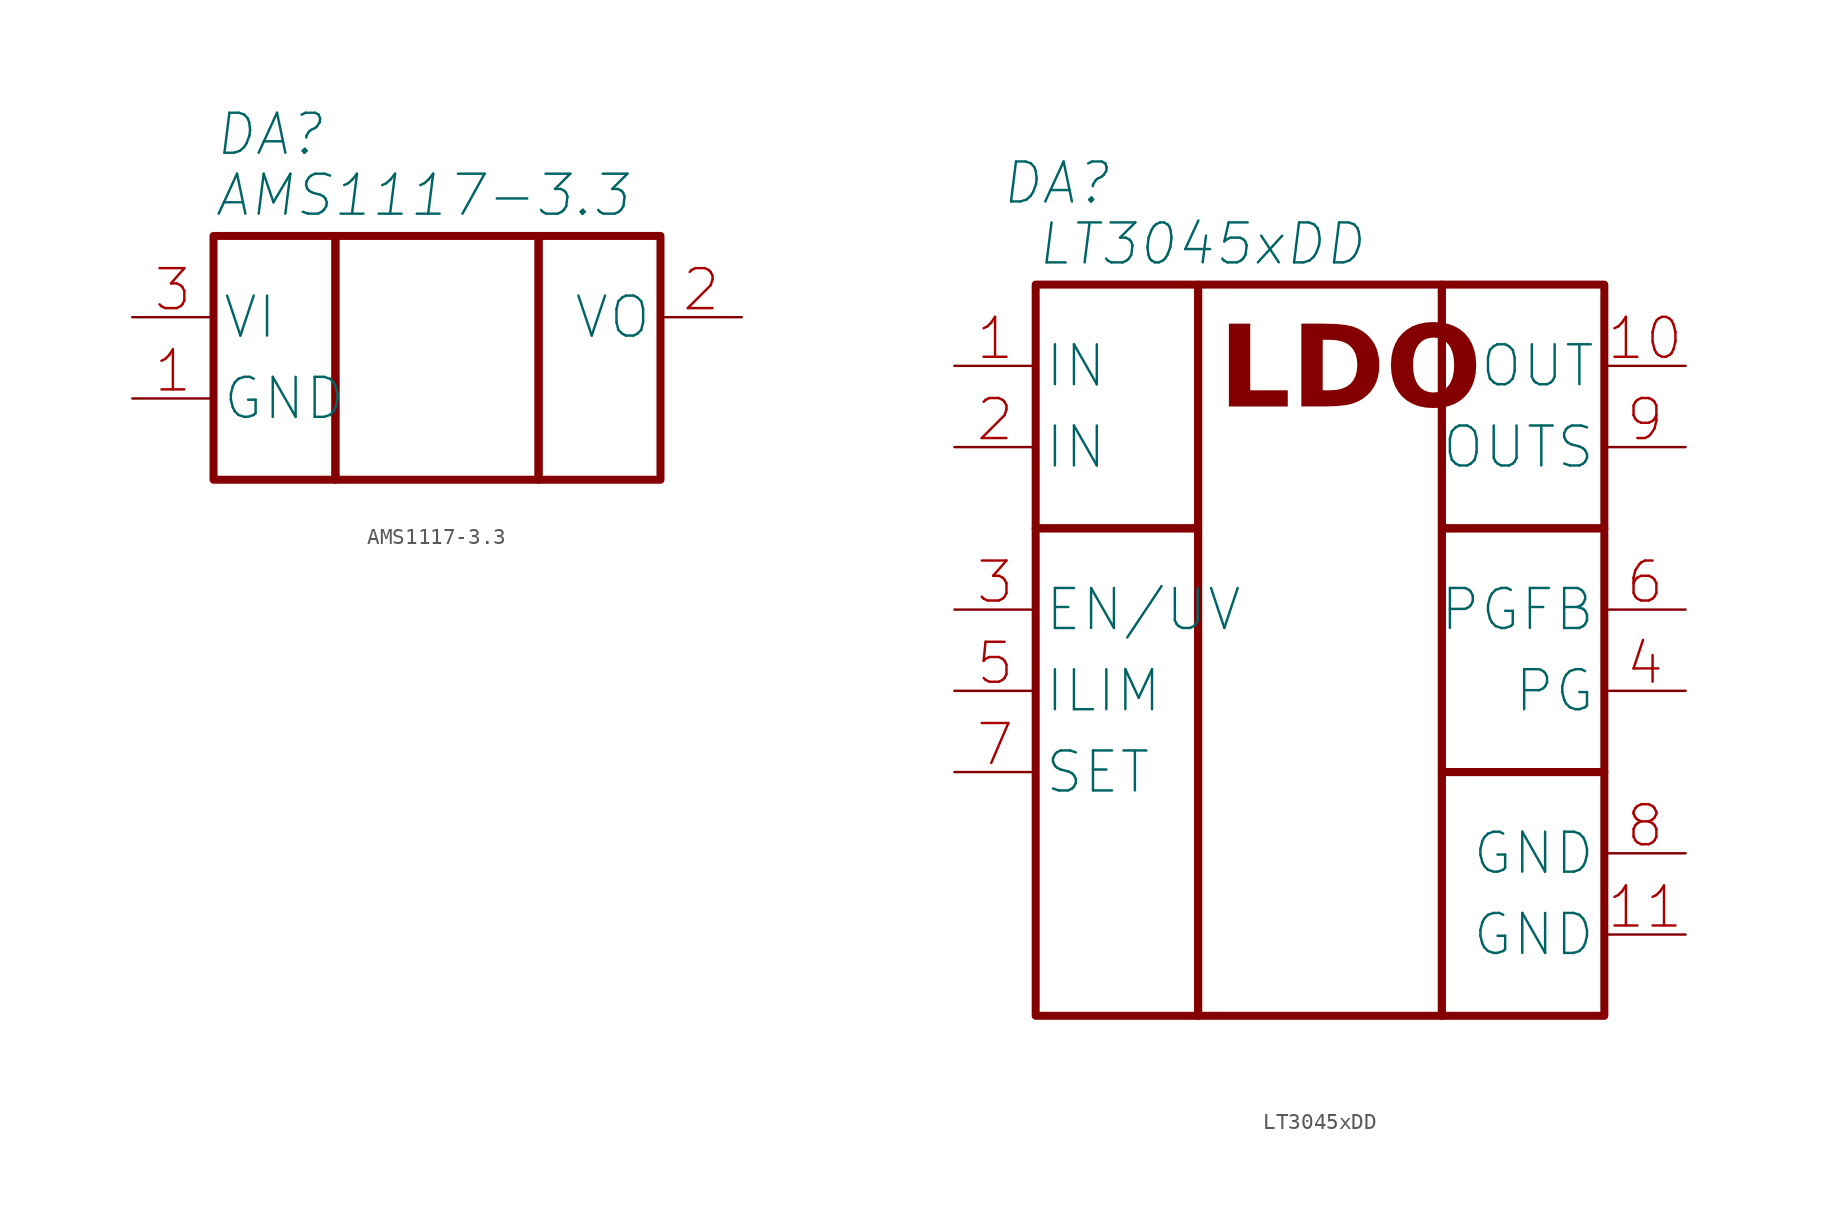
<source format=kicad_sym>
(kicad_symbol_lib
  (version 20241209)
  (generator "kicad_symbol_editor")
  (generator_version "9.0")
  (symbol "AMS1117-3.3"
    (property "Reference" "DA"
      (at -13.97 6.35 0)
      (effects (font (size 2.5 2.5) (italic yes)) (justify left)))
    (property "Value" "AMS1117-3.3"
      (at -13.97 2.54 0)
      (effects (font (size 2.5 2.5) (italic yes)) (justify left)))
    (symbol "AMS1117-3.3_1_1"
      (rectangle (start -13.97 0) (end -6.35 -15.24) (stroke (width 0.5) (type default)) (fill (type none)))
      (rectangle (start -6.35 0) (end 6.35 -15.24) (stroke (width 0.5) (type default)) (fill (type none)))
      (rectangle (start 6.35 0) (end 13.97 -15.24) (stroke (width 0.5) (type default)) (fill (type none)))
      (pin power_in line (at -19.05 -5.08 0) (length 5.08) (name "VI" (effects (font (size 2.5 2.5)))) (number "3" (effects (font (size 2.5 2.5)))))
      (pin power_in line (at -19.05 -10.16 0) (length 5.08) (name "GND" (effects (font (size 2.5 2.5)))) (number "1" (effects (font (size 2.5 2.5)))))
      (pin power_out line (at 19.05 -5.08 180) (length 5.08) (name "VO" (effects (font (size 2.5 2.5)))) (number "2" (effects (font (size 2.5 2.5)))))))
  (symbol "LT3045xDD"
    (property "Reference" "DA"
      (at -16.51 6.35 0)
      (do_not_autoplace)
      (effects (font (size 2.5 2.5) (italic yes))))
    (property "Value" "LT3045xDD"
      (at -17.78 2.54 0)
      (do_not_autoplace)
      (effects (font (size 2.5 2.5) (italic yes)) (justify left)))
    (symbol "LT3045xDD_1_1"
      (rectangle (start -17.78 0) (end -7.62 -15.24) (stroke (width 0.5) (type default)) (fill (type none)))
      (rectangle (start -17.78 -15.24) (end -7.62 -45.72) (stroke (width 0.5) (type default)) (fill (type none)))
      (rectangle (start -7.62 0) (end 7.62 -45.72) (stroke (width 0.5) (type default)) (fill (type none)))
      (rectangle (start 7.62 0) (end 17.78 -15.24) (stroke (width 0.5) (type default)) (fill (type none)))
      (rectangle (start 7.62 -15.24) (end 17.78 -30.48) (stroke (width 0.5) (type default)) (fill (type none)))
      (rectangle (start 7.62 -30.48) (end 17.78 -45.72) (stroke (width 0.5) (type default)) (fill (type none)))
      (text "LDO" (at -6.35 -2.54 0) (effects (font (face "GOST type A") (size 5.08 5.08) (bold yes) (italic yes)) (justify left top)))
      (pin power_in line (at -22.86 -5.08 0) (length 5.08) (name "IN" (effects (font (size 2.5 2.5)))) (number "1" (effects (font (size 2.5 2.5)))))
      (pin power_in line (at -22.86 -10.16 0) (length 5.08) (name "IN" (effects (font (size 2.5 2.5)))) (number "2" (effects (font (size 2.5 2.5)))))
      (pin input line (at -22.86 -20.32 0) (length 5.08) (name "EN/UV" (effects (font (size 2.5 2.5)))) (number "3" (effects (font (size 2.5 2.5)))))
      (pin passive line (at -22.86 -25.4 0) (length 5.08) (name "ILIM" (effects (font (size 2.5 2.5)))) (number "5" (effects (font (size 2.5 2.5)))))
      (pin passive line (at -22.86 -30.48 0) (length 5.08) (name "SET" (effects (font (size 2.5 2.5)))) (number "7" (effects (font (size 2.5 2.5)))))
      (pin power_out line (at 22.86 -5.08 180) (length 5.08) (name "OUT" (effects (font (size 2.5 2.5)))) (number "10" (effects (font (size 2.5 2.5)))))
      (pin input line (at 22.86 -10.16 180) (length 5.08) (name "OUTS" (effects (font (size 2.5 2.5)))) (number "9" (effects (font (size 2.5 2.5)))))
      (pin input line (at 22.86 -20.32 180) (length 5.08) (name "PGFB" (effects (font (size 2.5 2.5)))) (number "6" (effects (font (size 2.5 2.5)))))
      (pin open_collector line (at 22.86 -25.4 180) (length 5.08) (name "PG" (effects (font (size 2.5 2.5)))) (number "4" (effects (font (size 2.5 2.5)))))
      (pin power_in line (at 22.86 -35.56 180) (length 5.08) (name "GND" (effects (font (size 2.5 2.5)))) (number "8" (effects (font (size 2.5 2.5)))))
      (pin power_in line (at 22.86 -40.64 180) (length 5.08) (name "GND" (effects (font (size 2.5 2.5)))) (number "11" (effects (font (size 2.5 2.5))))))))
</source>
